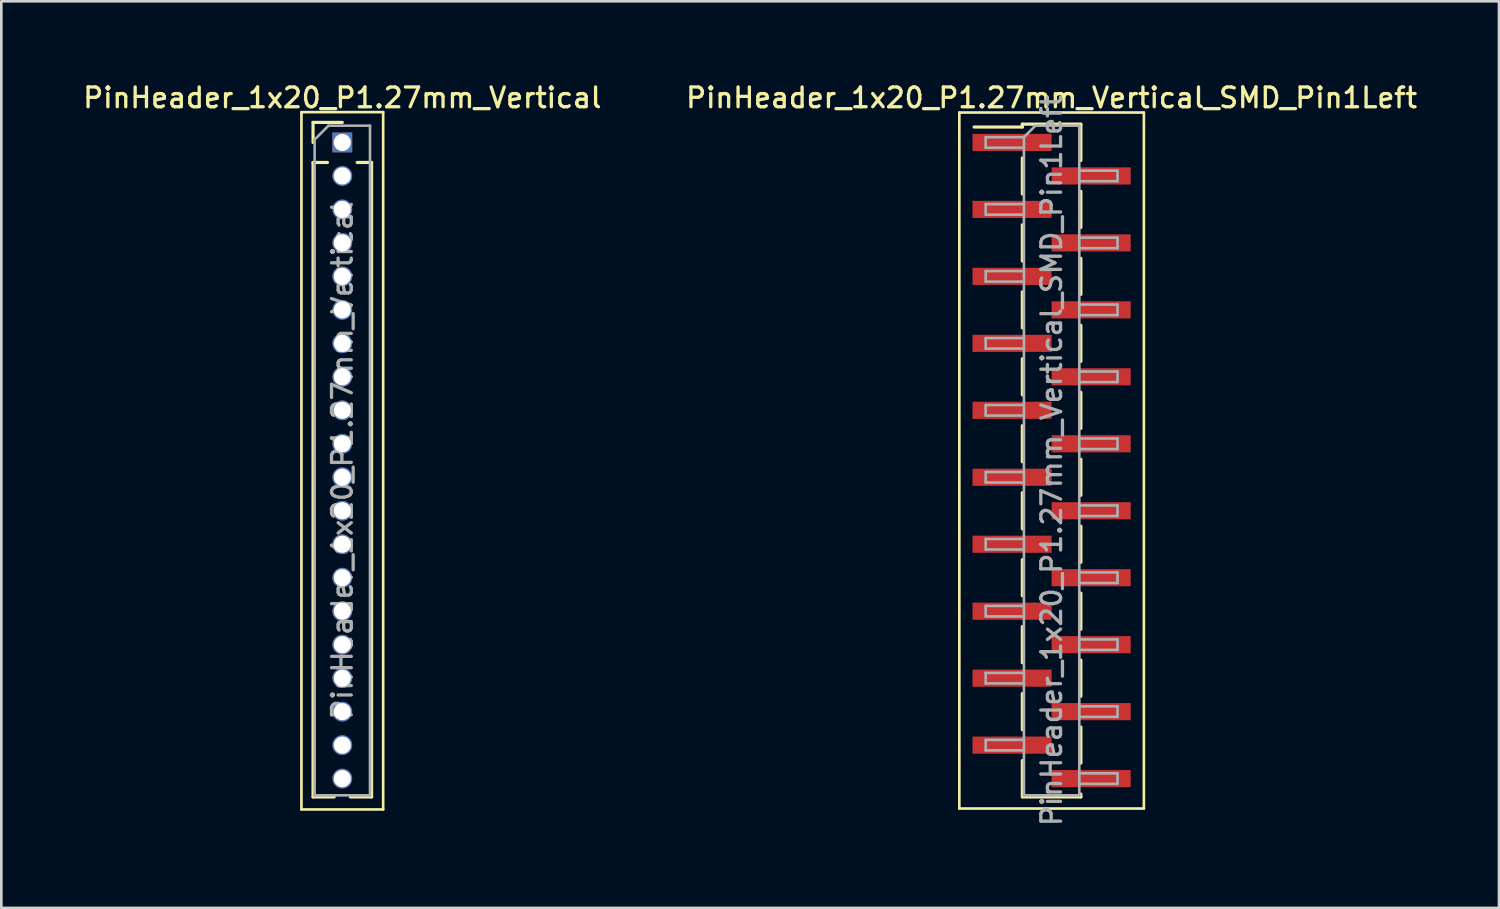
<source format=kicad_pcb>
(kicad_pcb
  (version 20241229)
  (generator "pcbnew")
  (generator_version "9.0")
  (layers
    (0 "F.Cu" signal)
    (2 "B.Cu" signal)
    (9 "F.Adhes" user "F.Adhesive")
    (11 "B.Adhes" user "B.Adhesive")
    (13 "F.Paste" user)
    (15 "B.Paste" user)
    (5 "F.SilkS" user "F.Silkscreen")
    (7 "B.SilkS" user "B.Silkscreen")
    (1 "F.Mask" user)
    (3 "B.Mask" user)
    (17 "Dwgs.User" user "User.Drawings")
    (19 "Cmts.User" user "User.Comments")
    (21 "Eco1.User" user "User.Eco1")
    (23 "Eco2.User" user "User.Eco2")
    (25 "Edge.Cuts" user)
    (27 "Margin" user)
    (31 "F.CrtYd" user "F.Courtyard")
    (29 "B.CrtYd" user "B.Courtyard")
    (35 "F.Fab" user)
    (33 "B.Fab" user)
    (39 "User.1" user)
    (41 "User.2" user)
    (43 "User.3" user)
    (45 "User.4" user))
  (footprint "PinHeader_1x20_P1.27mm_Vertical_SMD_Pin1Left"
    (layer "F.Cu")
    (at 36.838 14.418)
    (property "Reference" "PinHeader_1x20_P1.27mm_Vertical_SMD_Pin1Left" (at 0 -13.76 0) (layer "F.SilkS") (effects (font (size 0.75 0.75) (thickness 0.125))))
    (attr smd)
    (fp_line (start -3.5 -13.2) (end -3.5 13.2) (stroke (width 0.1) (type solid)) (layer "F.SilkS"))
    (fp_line (start -3.5 13.2) (end 3.5 13.2) (stroke (width 0.1) (type solid)) (layer "F.SilkS"))
    (fp_line (start -1.11 -12.76) (end -1.11 -12.65) (stroke (width 0.12) (type solid)) (layer "F.SilkS"))
    (fp_line (start -1.11 -12.76) (end 1.11 -12.76) (stroke (width 0.12) (type solid)) (layer "F.SilkS"))
    (fp_line (start -1.11 -12.65) (end -2.94 -12.65) (stroke (width 0.12) (type solid)) (layer "F.SilkS"))
    (fp_line (start -1.11 -11.48) (end -1.11 -10.11) (stroke (width 0.12) (type solid)) (layer "F.SilkS"))
    (fp_line (start -1.11 -8.94) (end -1.11 -7.57) (stroke (width 0.12) (type solid)) (layer "F.SilkS"))
    (fp_line (start -1.11 -6.4) (end -1.11 -5.03) (stroke (width 0.12) (type solid)) (layer "F.SilkS"))
    (fp_line (start -1.11 -3.86) (end -1.11 -2.49) (stroke (width 0.12) (type solid)) (layer "F.SilkS"))
    (fp_line (start -1.11 -1.32) (end -1.11 0.05) (stroke (width 0.12) (type solid)) (layer "F.SilkS"))
    (fp_line (start -1.11 1.22) (end -1.11 2.59) (stroke (width 0.12) (type solid)) (layer "F.SilkS"))
    (fp_line (start -1.11 3.76) (end -1.11 5.13) (stroke (width 0.12) (type solid)) (layer "F.SilkS"))
    (fp_line (start -1.11 6.3) (end -1.11 7.67) (stroke (width 0.12) (type solid)) (layer "F.SilkS"))
    (fp_line (start -1.11 8.84) (end -1.11 10.21) (stroke (width 0.12) (type solid)) (layer "F.SilkS"))
    (fp_line (start -1.11 11.38) (end -1.11 12.75) (stroke (width 0.12) (type solid)) (layer "F.SilkS"))
    (fp_line (start -1.11 12.76) (end 1.11 12.76) (stroke (width 0.12) (type solid)) (layer "F.SilkS"))
    (fp_line (start 1.11 -12.75) (end 1.11 -11.38) (stroke (width 0.12) (type solid)) (layer "F.SilkS"))
    (fp_line (start 1.11 -10.21) (end 1.11 -8.84) (stroke (width 0.12) (type solid)) (layer "F.SilkS"))
    (fp_line (start 1.11 -7.67) (end 1.11 -6.3) (stroke (width 0.12) (type solid)) (layer "F.SilkS"))
    (fp_line (start 1.11 -5.13) (end 1.11 -3.76) (stroke (width 0.12) (type solid)) (layer "F.SilkS"))
    (fp_line (start 1.11 -2.59) (end 1.11 -1.22) (stroke (width 0.12) (type solid)) (layer "F.SilkS"))
    (fp_line (start 1.11 -0.05) (end 1.11 1.32) (stroke (width 0.12) (type solid)) (layer "F.SilkS"))
    (fp_line (start 1.11 2.49) (end 1.11 3.86) (stroke (width 0.12) (type solid)) (layer "F.SilkS"))
    (fp_line (start 1.11 5.03) (end 1.11 6.4) (stroke (width 0.12) (type solid)) (layer "F.SilkS"))
    (fp_line (start 1.11 7.57) (end 1.11 8.94) (stroke (width 0.12) (type solid)) (layer "F.SilkS"))
    (fp_line (start 1.11 10.11) (end 1.11 11.48) (stroke (width 0.12) (type solid)) (layer "F.SilkS"))
    (fp_line (start 1.11 12.65) (end 1.11 12.76) (stroke (width 0.12) (type solid)) (layer "F.SilkS"))
    (fp_line (start 3.5 -13.2) (end -3.5 -13.2) (stroke (width 0.1) (type solid)) (layer "F.SilkS"))
    (fp_line (start 3.5 13.2) (end 3.5 -13.2) (stroke (width 0.1) (type solid)) (layer "F.SilkS"))
    (fp_line (start -2.5 -12.265) (end -2.5 -11.865) (stroke (width 0.1) (type solid)) (layer "F.Fab"))
    (fp_line (start -2.5 -11.865) (end -1.05 -11.865) (stroke (width 0.1) (type solid)) (layer "F.Fab"))
    (fp_line (start -2.5 -9.725) (end -2.5 -9.325) (stroke (width 0.1) (type solid)) (layer "F.Fab"))
    (fp_line (start -2.5 -9.325) (end -1.05 -9.325) (stroke (width 0.1) (type solid)) (layer "F.Fab"))
    (fp_line (start -2.5 -7.185) (end -2.5 -6.785) (stroke (width 0.1) (type solid)) (layer "F.Fab"))
    (fp_line (start -2.5 -6.785) (end -1.05 -6.785) (stroke (width 0.1) (type solid)) (layer "F.Fab"))
    (fp_line (start -2.5 -4.645) (end -2.5 -4.245) (stroke (width 0.1) (type solid)) (layer "F.Fab"))
    (fp_line (start -2.5 -4.245) (end -1.05 -4.245) (stroke (width 0.1) (type solid)) (layer "F.Fab"))
    (fp_line (start -2.5 -2.105) (end -2.5 -1.705) (stroke (width 0.1) (type solid)) (layer "F.Fab"))
    (fp_line (start -2.5 -1.705) (end -1.05 -1.705) (stroke (width 0.1) (type solid)) (layer "F.Fab"))
    (fp_line (start -2.5 0.435) (end -2.5 0.835) (stroke (width 0.1) (type solid)) (layer "F.Fab"))
    (fp_line (start -2.5 0.835) (end -1.05 0.835) (stroke (width 0.1) (type solid)) (layer "F.Fab"))
    (fp_line (start -2.5 2.975) (end -2.5 3.375) (stroke (width 0.1) (type solid)) (layer "F.Fab"))
    (fp_line (start -2.5 3.375) (end -1.05 3.375) (stroke (width 0.1) (type solid)) (layer "F.Fab"))
    (fp_line (start -2.5 5.515) (end -2.5 5.915) (stroke (width 0.1) (type solid)) (layer "F.Fab"))
    (fp_line (start -2.5 5.915) (end -1.05 5.915) (stroke (width 0.1) (type solid)) (layer "F.Fab"))
    (fp_line (start -2.5 8.055) (end -2.5 8.455) (stroke (width 0.1) (type solid)) (layer "F.Fab"))
    (fp_line (start -2.5 8.455) (end -1.05 8.455) (stroke (width 0.1) (type solid)) (layer "F.Fab"))
    (fp_line (start -2.5 10.595) (end -2.5 10.995) (stroke (width 0.1) (type solid)) (layer "F.Fab"))
    (fp_line (start -2.5 10.995) (end -1.05 10.995) (stroke (width 0.1) (type solid)) (layer "F.Fab"))
    (fp_line (start -1.05 -12.265) (end -2.5 -12.265) (stroke (width 0.1) (type solid)) (layer "F.Fab"))
    (fp_line (start -1.05 -12.265) (end -0.615 -12.7) (stroke (width 0.1) (type solid)) (layer "F.Fab"))
    (fp_line (start -1.05 -9.725) (end -2.5 -9.725) (stroke (width 0.1) (type solid)) (layer "F.Fab"))
    (fp_line (start -1.05 -7.185) (end -2.5 -7.185) (stroke (width 0.1) (type solid)) (layer "F.Fab"))
    (fp_line (start -1.05 -4.645) (end -2.5 -4.645) (stroke (width 0.1) (type solid)) (layer "F.Fab"))
    (fp_line (start -1.05 -2.105) (end -2.5 -2.105) (stroke (width 0.1) (type solid)) (layer "F.Fab"))
    (fp_line (start -1.05 0.435) (end -2.5 0.435) (stroke (width 0.1) (type solid)) (layer "F.Fab"))
    (fp_line (start -1.05 2.975) (end -2.5 2.975) (stroke (width 0.1) (type solid)) (layer "F.Fab"))
    (fp_line (start -1.05 5.515) (end -2.5 5.515) (stroke (width 0.1) (type solid)) (layer "F.Fab"))
    (fp_line (start -1.05 8.055) (end -2.5 8.055) (stroke (width 0.1) (type solid)) (layer "F.Fab"))
    (fp_line (start -1.05 10.595) (end -2.5 10.595) (stroke (width 0.1) (type solid)) (layer "F.Fab"))
    (fp_line (start -1.05 12.7) (end -1.05 -12.265) (stroke (width 0.1) (type solid)) (layer "F.Fab"))
    (fp_line (start -0.615 -12.7) (end 1.05 -12.7) (stroke (width 0.1) (type solid)) (layer "F.Fab"))
    (fp_line (start 1.05 -12.7) (end 1.05 12.7) (stroke (width 0.1) (type solid)) (layer "F.Fab"))
    (fp_line (start 1.05 -10.995) (end 2.5 -10.995) (stroke (width 0.1) (type solid)) (layer "F.Fab"))
    (fp_line (start 1.05 -8.455) (end 2.5 -8.455) (stroke (width 0.1) (type solid)) (layer "F.Fab"))
    (fp_line (start 1.05 -5.915) (end 2.5 -5.915) (stroke (width 0.1) (type solid)) (layer "F.Fab"))
    (fp_line (start 1.05 -3.375) (end 2.5 -3.375) (stroke (width 0.1) (type solid)) (layer "F.Fab"))
    (fp_line (start 1.05 -0.835) (end 2.5 -0.835) (stroke (width 0.1) (type solid)) (layer "F.Fab"))
    (fp_line (start 1.05 1.705) (end 2.5 1.705) (stroke (width 0.1) (type solid)) (layer "F.Fab"))
    (fp_line (start 1.05 4.245) (end 2.5 4.245) (stroke (width 0.1) (type solid)) (layer "F.Fab"))
    (fp_line (start 1.05 6.785) (end 2.5 6.785) (stroke (width 0.1) (type solid)) (layer "F.Fab"))
    (fp_line (start 1.05 9.325) (end 2.5 9.325) (stroke (width 0.1) (type solid)) (layer "F.Fab"))
    (fp_line (start 1.05 11.865) (end 2.5 11.865) (stroke (width 0.1) (type solid)) (layer "F.Fab"))
    (fp_line (start 1.05 12.7) (end -1.05 12.7) (stroke (width 0.1) (type solid)) (layer "F.Fab"))
    (fp_line (start 2.5 -10.995) (end 2.5 -10.595) (stroke (width 0.1) (type solid)) (layer "F.Fab"))
    (fp_line (start 2.5 -10.595) (end 1.05 -10.595) (stroke (width 0.1) (type solid)) (layer "F.Fab"))
    (fp_line (start 2.5 -8.455) (end 2.5 -8.055) (stroke (width 0.1) (type solid)) (layer "F.Fab"))
    (fp_line (start 2.5 -8.055) (end 1.05 -8.055) (stroke (width 0.1) (type solid)) (layer "F.Fab"))
    (fp_line (start 2.5 -5.915) (end 2.5 -5.515) (stroke (width 0.1) (type solid)) (layer "F.Fab"))
    (fp_line (start 2.5 -5.515) (end 1.05 -5.515) (stroke (width 0.1) (type solid)) (layer "F.Fab"))
    (fp_line (start 2.5 -3.375) (end 2.5 -2.975) (stroke (width 0.1) (type solid)) (layer "F.Fab"))
    (fp_line (start 2.5 -2.975) (end 1.05 -2.975) (stroke (width 0.1) (type solid)) (layer "F.Fab"))
    (fp_line (start 2.5 -0.835) (end 2.5 -0.435) (stroke (width 0.1) (type solid)) (layer "F.Fab"))
    (fp_line (start 2.5 -0.435) (end 1.05 -0.435) (stroke (width 0.1) (type solid)) (layer "F.Fab"))
    (fp_line (start 2.5 1.705) (end 2.5 2.105) (stroke (width 0.1) (type solid)) (layer "F.Fab"))
    (fp_line (start 2.5 2.105) (end 1.05 2.105) (stroke (width 0.1) (type solid)) (layer "F.Fab"))
    (fp_line (start 2.5 4.245) (end 2.5 4.645) (stroke (width 0.1) (type solid)) (layer "F.Fab"))
    (fp_line (start 2.5 4.645) (end 1.05 4.645) (stroke (width 0.1) (type solid)) (layer "F.Fab"))
    (fp_line (start 2.5 6.785) (end 2.5 7.185) (stroke (width 0.1) (type solid)) (layer "F.Fab"))
    (fp_line (start 2.5 7.185) (end 1.05 7.185) (stroke (width 0.1) (type solid)) (layer "F.Fab"))
    (fp_line (start 2.5 9.325) (end 2.5 9.725) (stroke (width 0.1) (type solid)) (layer "F.Fab"))
    (fp_line (start 2.5 9.725) (end 1.05 9.725) (stroke (width 0.1) (type solid)) (layer "F.Fab"))
    (fp_line (start 2.5 11.865) (end 2.5 12.265) (stroke (width 0.1) (type solid)) (layer "F.Fab"))
    (fp_line (start 2.5 12.265) (end 1.05 12.265) (stroke (width 0.1) (type solid)) (layer "F.Fab"))
    (fp_text user "${REFERENCE}" (at 0 0 90) (layer "F.Fab") (effects (font (size 0.75 0.75) (thickness 0.125))))
    (pad "1" smd rect (at -1.5 -12.065) (size 3 0.65) (layers "F.Cu" "F.Mask" "F.Paste"))
    (pad "2" smd rect (at 1.5 -10.795) (size 3 0.65) (layers "F.Cu" "F.Mask" "F.Paste"))
    (pad "3" smd rect (at -1.5 -9.525) (size 3 0.65) (layers "F.Cu" "F.Mask" "F.Paste"))
    (pad "4" smd rect (at 1.5 -8.255) (size 3 0.65) (layers "F.Cu" "F.Mask" "F.Paste"))
    (pad "5" smd rect (at -1.5 -6.985) (size 3 0.65) (layers "F.Cu" "F.Mask" "F.Paste"))
    (pad "6" smd rect (at 1.5 -5.715) (size 3 0.65) (layers "F.Cu" "F.Mask" "F.Paste"))
    (pad "7" smd rect (at -1.5 -4.445) (size 3 0.65) (layers "F.Cu" "F.Mask" "F.Paste"))
    (pad "8" smd rect (at 1.5 -3.175) (size 3 0.65) (layers "F.Cu" "F.Mask" "F.Paste"))
    (pad "9" smd rect (at -1.5 -1.905) (size 3 0.65) (layers "F.Cu" "F.Mask" "F.Paste"))
    (pad "10" smd rect (at 1.5 -0.635) (size 3 0.65) (layers "F.Cu" "F.Mask" "F.Paste"))
    (pad "11" smd rect (at -1.5 0.635) (size 3 0.65) (layers "F.Cu" "F.Mask" "F.Paste"))
    (pad "12" smd rect (at 1.5 1.905) (size 3 0.65) (layers "F.Cu" "F.Mask" "F.Paste"))
    (pad "13" smd rect (at -1.5 3.175) (size 3 0.65) (layers "F.Cu" "F.Mask" "F.Paste"))
    (pad "14" smd rect (at 1.5 4.445) (size 3 0.65) (layers "F.Cu" "F.Mask" "F.Paste"))
    (pad "15" smd rect (at -1.5 5.715) (size 3 0.65) (layers "F.Cu" "F.Mask" "F.Paste"))
    (pad "16" smd rect (at 1.5 6.985) (size 3 0.65) (layers "F.Cu" "F.Mask" "F.Paste"))
    (pad "17" smd rect (at -1.5 8.255) (size 3 0.65) (layers "F.Cu" "F.Mask" "F.Paste"))
    (pad "18" smd rect (at 1.5 9.525) (size 3 0.65) (layers "F.Cu" "F.Mask" "F.Paste"))
    (pad "19" smd rect (at -1.5 10.795) (size 3 0.65) (layers "F.Cu" "F.Mask" "F.Paste"))
    (pad "20" smd rect (at 1.5 12.065) (size 3 0.65) (layers "F.Cu" "F.Mask" "F.Paste")))
  (footprint "PinHeader_1x20_P1.27mm_Vertical"
    (layer "F.Cu")
    (at 9.934 2.353)
    (property "Reference" "PinHeader_1x20_P1.27mm_Vertical" (at 0 -1.695 0) (layer "F.SilkS") (effects (font (size 0.75 0.75) (thickness 0.125))))
    (attr through_hole)
    (fp_line (start -1.55 -1.15) (end -1.55 25.3) (stroke (width 0.1) (type solid)) (layer "F.SilkS"))
    (fp_line (start -1.55 25.3) (end 1.55 25.3) (stroke (width 0.1) (type solid)) (layer "F.SilkS"))
    (fp_line (start -1.11 -0.76) (end 0 -0.76) (stroke (width 0.12) (type solid)) (layer "F.SilkS"))
    (fp_line (start -1.11 0) (end -1.11 -0.76) (stroke (width 0.12) (type solid)) (layer "F.SilkS"))
    (fp_line (start -1.11 0.76) (end -1.11 24.825) (stroke (width 0.12) (type solid)) (layer "F.SilkS"))
    (fp_line (start -1.11 0.76) (end -0.563 0.76) (stroke (width 0.12) (type solid)) (layer "F.SilkS"))
    (fp_line (start -1.11 24.825) (end -0.308 24.825) (stroke (width 0.12) (type solid)) (layer "F.SilkS"))
    (fp_line (start 0.308 24.825) (end 1.11 24.825) (stroke (width 0.12) (type solid)) (layer "F.SilkS"))
    (fp_line (start 0.563 0.76) (end 1.11 0.76) (stroke (width 0.12) (type solid)) (layer "F.SilkS"))
    (fp_line (start 1.11 0.76) (end 1.11 24.825) (stroke (width 0.12) (type solid)) (layer "F.SilkS"))
    (fp_line (start 1.55 -1.15) (end -1.55 -1.15) (stroke (width 0.1) (type solid)) (layer "F.SilkS"))
    (fp_line (start 1.55 25.3) (end 1.55 -1.15) (stroke (width 0.1) (type solid)) (layer "F.SilkS"))
    (fp_line (start -1.05 -0.11) (end -0.525 -0.635) (stroke (width 0.1) (type solid)) (layer "F.Fab"))
    (fp_line (start -1.05 24.765) (end -1.05 -0.11) (stroke (width 0.1) (type solid)) (layer "F.Fab"))
    (fp_line (start -0.525 -0.635) (end 1.05 -0.635) (stroke (width 0.1) (type solid)) (layer "F.Fab"))
    (fp_line (start 1.05 -0.635) (end 1.05 24.765) (stroke (width 0.1) (type solid)) (layer "F.Fab"))
    (fp_line (start 1.05 24.765) (end -1.05 24.765) (stroke (width 0.1) (type solid)) (layer "F.Fab"))
    (fp_text user "${REFERENCE}" (at 0 12.065 90) (layer "F.Fab") (effects (font (size 0.75 0.75) (thickness 0.125))))
    (pad "1" thru_hole rect (at 0 0) (size 0.75 0.75) (drill 0.65) (layers "*.Cu" "*.Mask"))
    (pad "2" thru_hole oval (at 0 1.27) (size 0.75 0.75) (drill 0.65) (layers "*.Cu" "*.Mask"))
    (pad "3" thru_hole oval (at 0 2.54) (size 0.75 0.75) (drill 0.65) (layers "*.Cu" "*.Mask"))
    (pad "4" thru_hole oval (at 0 3.81) (size 0.75 0.75) (drill 0.65) (layers "*.Cu" "*.Mask"))
    (pad "5" thru_hole oval (at 0 5.08) (size 0.75 0.75) (drill 0.65) (layers "*.Cu" "*.Mask"))
    (pad "6" thru_hole oval (at 0 6.35) (size 0.75 0.75) (drill 0.65) (layers "*.Cu" "*.Mask"))
    (pad "7" thru_hole oval (at 0 7.62) (size 0.75 0.75) (drill 0.65) (layers "*.Cu" "*.Mask"))
    (pad "8" thru_hole oval (at 0 8.89) (size 0.75 0.75) (drill 0.65) (layers "*.Cu" "*.Mask"))
    (pad "9" thru_hole oval (at 0 10.16) (size 0.75 0.75) (drill 0.65) (layers "*.Cu" "*.Mask"))
    (pad "10" thru_hole oval (at 0 11.43) (size 0.75 0.75) (drill 0.65) (layers "*.Cu" "*.Mask"))
    (pad "11" thru_hole oval (at 0 12.7) (size 0.75 0.75) (drill 0.65) (layers "*.Cu" "*.Mask"))
    (pad "12" thru_hole oval (at 0 13.97) (size 0.75 0.75) (drill 0.65) (layers "*.Cu" "*.Mask"))
    (pad "13" thru_hole oval (at 0 15.24) (size 0.75 0.75) (drill 0.65) (layers "*.Cu" "*.Mask"))
    (pad "14" thru_hole oval (at 0 16.51) (size 0.75 0.75) (drill 0.65) (layers "*.Cu" "*.Mask"))
    (pad "15" thru_hole oval (at 0 17.78) (size 0.75 0.75) (drill 0.65) (layers "*.Cu" "*.Mask"))
    (pad "16" thru_hole oval (at 0 19.05) (size 0.75 0.75) (drill 0.65) (layers "*.Cu" "*.Mask"))
    (pad "17" thru_hole oval (at 0 20.32) (size 0.75 0.75) (drill 0.65) (layers "*.Cu" "*.Mask"))
    (pad "18" thru_hole oval (at 0 21.59) (size 0.75 0.75) (drill 0.65) (layers "*.Cu" "*.Mask"))
    (pad "19" thru_hole oval (at 0 22.86) (size 0.75 0.75) (drill 0.65) (layers "*.Cu" "*.Mask"))
    (pad "20" thru_hole oval (at 0 24.13) (size 0.75 0.75) (drill 0.65) (layers "*.Cu" "*.Mask")))
  (gr_rect
    (start -3 -3)
    (end 53.807 31.388)
    (stroke (width 0.1) (type default))
    (fill no)
    (layer "Edge.Cuts")))
</source>
